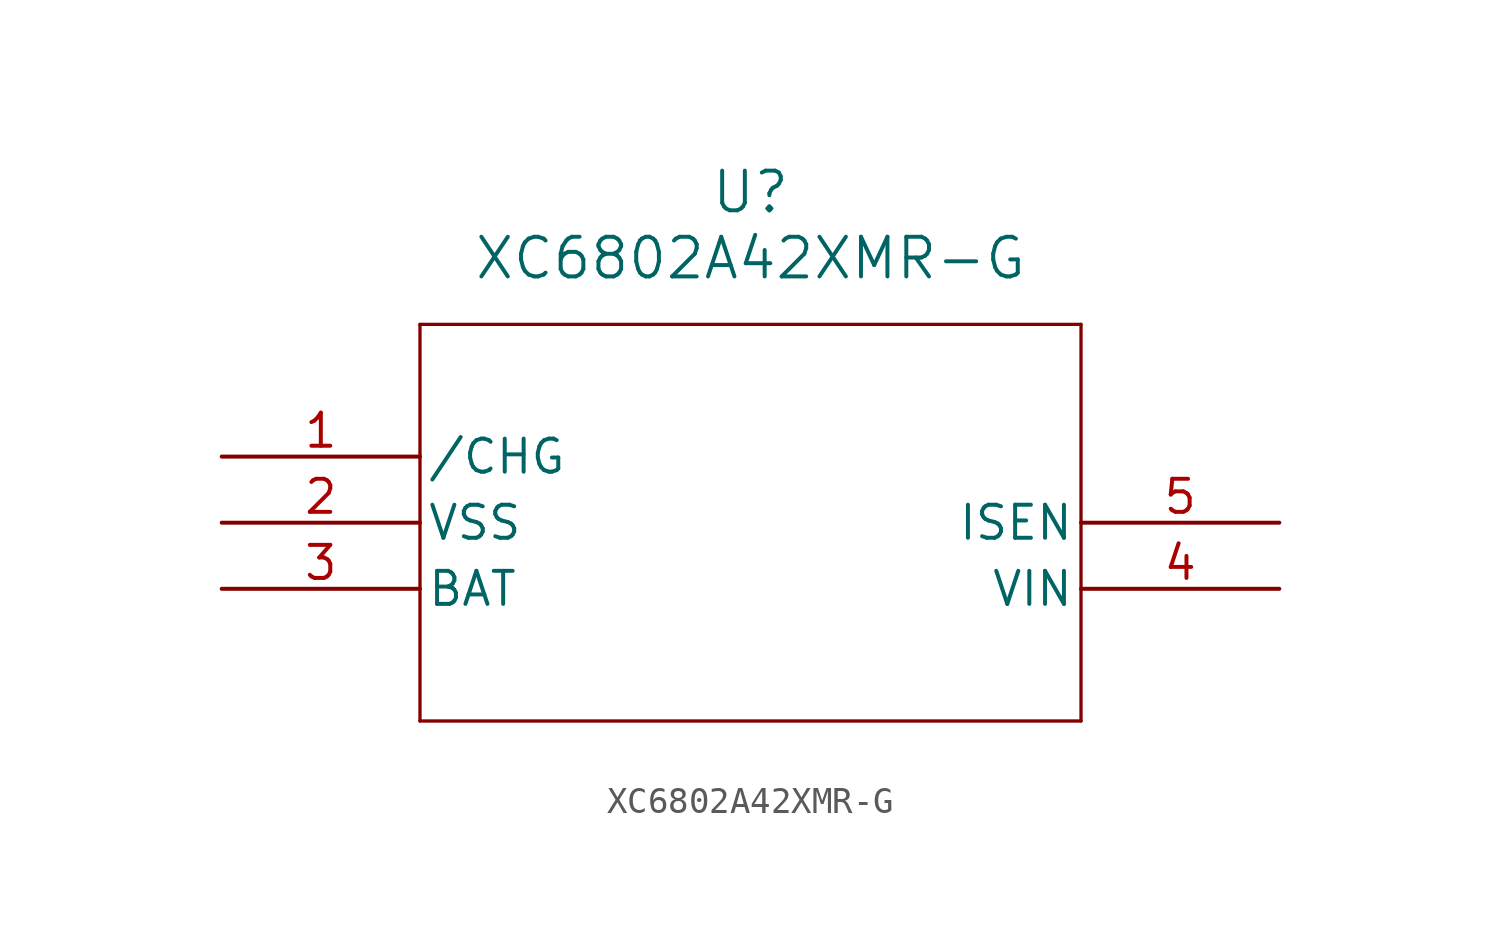
<source format=kicad_sym>
(kicad_symbol_lib
  (version 20211014)
  (generator kicad_symbol_editor)
  (symbol "XC6802A42XMR-G"
    (pin_names
      (offset 0.254))
    (property "Reference" "U"
      (at 20.32 10.16 0)
      (effects (font (size 1.524 1.524))))
    (property "Value" "XC6802A42XMR-G"
      (at 20.32 7.62 0)
      (effects (font (size 1.524 1.524))))
    (symbol "XC6802A42XMR-G_0_1"
      (polyline (pts (xy 7.62 5.08) (xy 7.62 -10.16)) (stroke (width 0.127) (type default) (color 0 0 0 0)) (fill (type none)))
      (polyline (pts (xy 7.62 -10.16) (xy 33.02 -10.16)) (stroke (width 0.127) (type default) (color 0 0 0 0)) (fill (type none)))
      (polyline (pts (xy 33.02 -10.16) (xy 33.02 5.08)) (stroke (width 0.127) (type default) (color 0 0 0 0)) (fill (type none)))
      (polyline (pts (xy 33.02 5.08) (xy 7.62 5.08)) (stroke (width 0.127) (type default) (color 0 0 0 0)) (fill (type none)))
      (pin unspecified line (at 0 0 0) (length 7.62) (name "/CHG" (effects (font (size 1.27 1.27)))) (number "1" (effects (font (size 1.27 1.27)))))
      (pin power_out line (at 0 -2.54 0) (length 7.62) (name "VSS" (effects (font (size 1.27 1.27)))) (number "2" (effects (font (size 1.27 1.27)))))
      (pin unspecified line (at 0 -5.08 0) (length 7.62) (name "BAT" (effects (font (size 1.27 1.27)))) (number "3" (effects (font (size 1.27 1.27)))))
      (pin unspecified line (at 40.64 -5.08 180) (length 7.62) (name "VIN" (effects (font (size 1.27 1.27)))) (number "4" (effects (font (size 1.27 1.27)))))
      (pin unspecified line (at 40.64 -2.54 180) (length 7.62) (name "ISEN" (effects (font (size 1.27 1.27)))) (number "5" (effects (font (size 1.27 1.27))))))))
</source>
